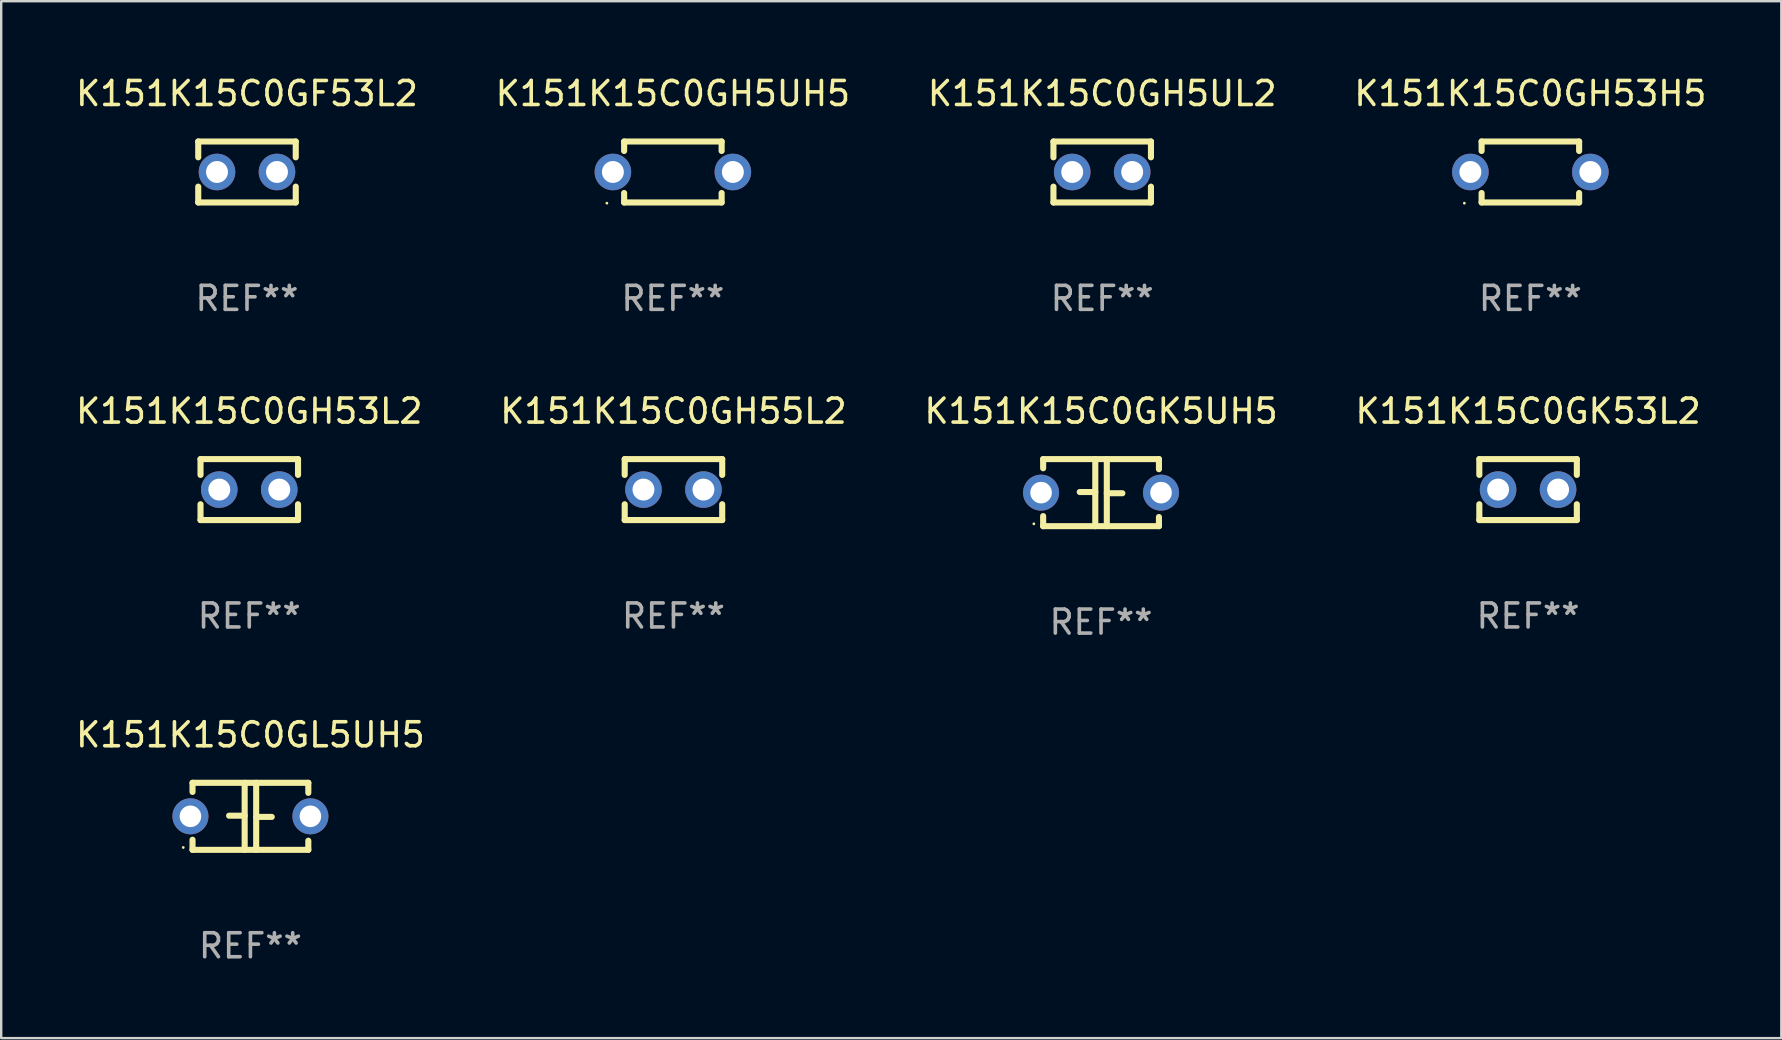
<source format=kicad_pcb>
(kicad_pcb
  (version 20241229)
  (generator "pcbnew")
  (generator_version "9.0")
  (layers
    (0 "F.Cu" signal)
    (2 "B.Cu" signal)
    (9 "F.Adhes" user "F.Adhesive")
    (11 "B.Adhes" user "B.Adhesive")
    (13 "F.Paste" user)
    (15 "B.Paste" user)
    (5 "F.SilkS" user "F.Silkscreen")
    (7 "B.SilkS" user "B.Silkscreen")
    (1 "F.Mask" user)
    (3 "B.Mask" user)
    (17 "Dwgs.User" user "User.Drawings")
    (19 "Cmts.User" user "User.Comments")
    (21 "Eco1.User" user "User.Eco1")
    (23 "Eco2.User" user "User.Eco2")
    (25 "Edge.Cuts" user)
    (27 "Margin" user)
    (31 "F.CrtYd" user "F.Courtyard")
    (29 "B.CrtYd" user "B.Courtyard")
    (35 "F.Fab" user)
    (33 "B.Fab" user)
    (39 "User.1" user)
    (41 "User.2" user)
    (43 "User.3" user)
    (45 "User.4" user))
  (footprint "K151K15C0GH53H5"
    (layer "F.Cu")
    (at 60.732 4.118)
    (property "Reference" "K151K15C0GH53H5" (at 0 -3.27 0) (layer "F.SilkS") (effects (font (size 1 1) (thickness 0.15))))
    (attr through_hole)
    (fp_line (start -2.032 -1.27) (end -2.032 -0.876) (stroke (width 0.254) (type solid)) (layer "F.SilkS"))
    (fp_line (start -2.032 0.876) (end -2.032 1.27) (stroke (width 0.254) (type solid)) (layer "F.SilkS"))
    (fp_line (start -2.032 1.27) (end 2.032 1.27) (stroke (width 0.254) (type solid)) (layer "F.SilkS"))
    (fp_line (start 2.032 -1.27) (end -2.032 -1.27) (stroke (width 0.254) (type solid)) (layer "F.SilkS"))
    (fp_line (start 2.032 -0.876) (end 2.032 -1.27) (stroke (width 0.254) (type solid)) (layer "F.SilkS"))
    (fp_line (start 2.032 1.27) (end 2.032 0.876) (stroke (width 0.254) (type solid)) (layer "F.SilkS"))
    (fp_circle (center -2.751 1.3) (end -2.721 1.3) (stroke (width 0.06) (type solid)) (fill no) (layer "F.SilkS"))
    (fp_text user "REF**" (at 0 5.27 0) (layer "F.Fab") (effects (font (size 1 1) (thickness 0.15))))
    (pad "1" thru_hole circle (at -2.5 0) (size 1.524 1.524) (drill 0.914) (layers "*.Cu" "*.Mask"))
    (pad "2" thru_hole circle (at 2.5 0) (size 1.524 1.524) (drill 0.914) (layers "*.Cu" "*.Mask")))
  (footprint "K151K15C0GF53L2"
    (layer "F.Cu")
    (at 7.244 4.118)
    (property "Reference" "K151K15C0GF53L2" (at 0 -3.27 0) (layer "F.SilkS") (effects (font (size 1 1) (thickness 0.15))))
    (attr through_hole)
    (fp_line (start -2.032 -1.27) (end -2.032 -0.611) (stroke (width 0.254) (type solid)) (layer "F.SilkS"))
    (fp_line (start -2.032 0.611) (end -2.032 1.27) (stroke (width 0.254) (type solid)) (layer "F.SilkS"))
    (fp_line (start -2.032 1.27) (end 2.032 1.27) (stroke (width 0.254) (type solid)) (layer "F.SilkS"))
    (fp_line (start 2.032 -1.27) (end -2.032 -1.27) (stroke (width 0.254) (type solid)) (layer "F.SilkS"))
    (fp_line (start 2.032 -0.611) (end 2.032 -1.27) (stroke (width 0.254) (type solid)) (layer "F.SilkS"))
    (fp_line (start 2.032 1.27) (end 2.032 0.611) (stroke (width 0.254) (type solid)) (layer "F.SilkS"))
    (fp_circle (center -2 1.3) (end -1.97 1.3) (stroke (width 0.06) (type solid)) (fill no) (layer "F.SilkS"))
    (fp_text user "REF**" (at 0 5.27 0) (layer "F.Fab") (effects (font (size 1 1) (thickness 0.15))))
    (pad "1" thru_hole circle (at -1.25 0) (size 1.524 1.524) (drill 0.914) (layers "*.Cu" "*.Mask"))
    (pad "2" thru_hole circle (at 1.25 0) (size 1.524 1.524) (drill 0.914) (layers "*.Cu" "*.Mask")))
  (footprint "K151K15C0GH5UH5"
    (layer "F.Cu")
    (at 24.994 4.118)
    (property "Reference" "K151K15C0GH5UH5" (at 0 -3.27 0) (layer "F.SilkS") (effects (font (size 1 1) (thickness 0.15))))
    (attr through_hole)
    (fp_line (start -2.032 -1.27) (end -2.032 -0.876) (stroke (width 0.254) (type solid)) (layer "F.SilkS"))
    (fp_line (start -2.032 0.876) (end -2.032 1.27) (stroke (width 0.254) (type solid)) (layer "F.SilkS"))
    (fp_line (start -2.032 1.27) (end 2.032 1.27) (stroke (width 0.254) (type solid)) (layer "F.SilkS"))
    (fp_line (start 2.032 -1.27) (end -2.032 -1.27) (stroke (width 0.254) (type solid)) (layer "F.SilkS"))
    (fp_line (start 2.032 -0.876) (end 2.032 -1.27) (stroke (width 0.254) (type solid)) (layer "F.SilkS"))
    (fp_line (start 2.032 1.27) (end 2.032 0.876) (stroke (width 0.254) (type solid)) (layer "F.SilkS"))
    (fp_circle (center -2.751 1.3) (end -2.721 1.3) (stroke (width 0.06) (type solid)) (fill no) (layer "F.SilkS"))
    (fp_text user "REF**" (at 0 5.27 0) (layer "F.Fab") (effects (font (size 1 1) (thickness 0.15))))
    (pad "1" thru_hole circle (at -2.5 0) (size 1.524 1.524) (drill 0.914) (layers "*.Cu" "*.Mask"))
    (pad "2" thru_hole circle (at 2.5 0) (size 1.524 1.524) (drill 0.914) (layers "*.Cu" "*.Mask")))
  (footprint "K151K15C0GK53L2"
    (layer "F.Cu")
    (at 60.637 17.355)
    (property "Reference" "K151K15C0GK53L2" (at 0 -3.27 0) (layer "F.SilkS") (effects (font (size 1 1) (thickness 0.15))))
    (attr through_hole)
    (fp_line (start -2.032 -1.27) (end -2.032 -0.611) (stroke (width 0.254) (type solid)) (layer "F.SilkS"))
    (fp_line (start -2.032 0.611) (end -2.032 1.27) (stroke (width 0.254) (type solid)) (layer "F.SilkS"))
    (fp_line (start -2.032 1.27) (end 2.032 1.27) (stroke (width 0.254) (type solid)) (layer "F.SilkS"))
    (fp_line (start 2.032 -1.27) (end -2.032 -1.27) (stroke (width 0.254) (type solid)) (layer "F.SilkS"))
    (fp_line (start 2.032 -0.611) (end 2.032 -1.27) (stroke (width 0.254) (type solid)) (layer "F.SilkS"))
    (fp_line (start 2.032 1.27) (end 2.032 0.611) (stroke (width 0.254) (type solid)) (layer "F.SilkS"))
    (fp_circle (center -2 1.3) (end -1.97 1.3) (stroke (width 0.06) (type solid)) (fill no) (layer "F.SilkS"))
    (fp_text user "REF**" (at 0 5.27 0) (layer "F.Fab") (effects (font (size 1 1) (thickness 0.15))))
    (pad "1" thru_hole circle (at -1.25 0) (size 1.524 1.524) (drill 0.914) (layers "*.Cu" "*.Mask"))
    (pad "2" thru_hole circle (at 1.25 0) (size 1.524 1.524) (drill 0.914) (layers "*.Cu" "*.Mask")))
  (footprint "K151K15C0GH55L2"
    (layer "F.Cu")
    (at 25.018 17.355)
    (property "Reference" "K151K15C0GH55L2" (at 0 -3.27 0) (layer "F.SilkS") (effects (font (size 1 1) (thickness 0.15))))
    (attr through_hole)
    (fp_line (start -2.032 -1.27) (end -2.032 -0.611) (stroke (width 0.254) (type solid)) (layer "F.SilkS"))
    (fp_line (start -2.032 0.611) (end -2.032 1.27) (stroke (width 0.254) (type solid)) (layer "F.SilkS"))
    (fp_line (start -2.032 1.27) (end 2.032 1.27) (stroke (width 0.254) (type solid)) (layer "F.SilkS"))
    (fp_line (start 2.032 -1.27) (end -2.032 -1.27) (stroke (width 0.254) (type solid)) (layer "F.SilkS"))
    (fp_line (start 2.032 -0.611) (end 2.032 -1.27) (stroke (width 0.254) (type solid)) (layer "F.SilkS"))
    (fp_line (start 2.032 1.27) (end 2.032 0.611) (stroke (width 0.254) (type solid)) (layer "F.SilkS"))
    (fp_circle (center -2 1.3) (end -1.97 1.3) (stroke (width 0.06) (type solid)) (fill no) (layer "F.SilkS"))
    (fp_text user "REF**" (at 0 5.27 0) (layer "F.Fab") (effects (font (size 1 1) (thickness 0.15))))
    (pad "1" thru_hole circle (at -1.25 0) (size 1.524 1.524) (drill 0.914) (layers "*.Cu" "*.Mask"))
    (pad "2" thru_hole circle (at 1.25 0) (size 1.524 1.524) (drill 0.914) (layers "*.Cu" "*.Mask")))
  (footprint "K151K15C0GK5UH5"
    (layer "F.Cu")
    (at 42.839 17.482)
    (property "Reference" "K151K15C0GK5UH5" (at 0 -3.397 0) (layer "F.SilkS") (effects (font (size 1 1) (thickness 0.15))))
    (attr through_hole)
    (fp_line (start -2.413 -1.397) (end 2.413 -1.397) (stroke (width 0.254) (type solid)) (layer "F.SilkS"))
    (fp_line (start -2.413 -1.016) (end -2.413 -1.397) (stroke (width 0.254) (type solid)) (layer "F.SilkS"))
    (fp_line (start -2.413 0.977) (end -2.413 1.397) (stroke (width 0.254) (type solid)) (layer "F.SilkS"))
    (fp_line (start -0.24 -0.025) (end -0.889 -0.025) (stroke (width 0.254) (type solid)) (layer "F.SilkS"))
    (fp_line (start -0.24 1.397) (end -0.24 -1.397) (stroke (width 0.254) (type solid)) (layer "F.SilkS"))
    (fp_line (start 0.24 -1.397) (end 0.24 1.397) (stroke (width 0.254) (type solid)) (layer "F.SilkS"))
    (fp_line (start 0.24 0.025) (end 0.889 0.025) (stroke (width 0.254) (type solid)) (layer "F.SilkS"))
    (fp_line (start 2.413 -0.977) (end 2.413 -1.397) (stroke (width 0.254) (type solid)) (layer "F.SilkS"))
    (fp_line (start 2.413 1.016) (end 2.413 1.397) (stroke (width 0.254) (type solid)) (layer "F.SilkS"))
    (fp_line (start 2.413 1.397) (end -2.413 1.397) (stroke (width 0.254) (type solid)) (layer "F.SilkS"))
    (fp_circle (center -2.8 1.3) (end -2.77 1.3) (stroke (width 0.06) (type solid)) (fill no) (layer "F.SilkS"))
    (fp_text user "REF**" (at 0 5.397 0) (layer "F.Fab") (effects (font (size 1 1) (thickness 0.15))))
    (pad "1" thru_hole circle (at -2.5 0) (size 1.5 1.5) (drill 0.9) (layers "*.Cu" "*.Mask"))
    (pad "2" thru_hole circle (at 2.5 0) (size 1.5 1.5) (drill 0.9) (layers "*.Cu" "*.Mask")))
  (footprint "K151K15C0GH53L2"
    (layer "F.Cu")
    (at 7.339 17.355)
    (property "Reference" "K151K15C0GH53L2" (at 0 -3.27 0) (layer "F.SilkS") (effects (font (size 1 1) (thickness 0.15))))
    (attr through_hole)
    (fp_line (start -2.032 -1.27) (end -2.032 -0.611) (stroke (width 0.254) (type solid)) (layer "F.SilkS"))
    (fp_line (start -2.032 0.611) (end -2.032 1.27) (stroke (width 0.254) (type solid)) (layer "F.SilkS"))
    (fp_line (start -2.032 1.27) (end 2.032 1.27) (stroke (width 0.254) (type solid)) (layer "F.SilkS"))
    (fp_line (start 2.032 -1.27) (end -2.032 -1.27) (stroke (width 0.254) (type solid)) (layer "F.SilkS"))
    (fp_line (start 2.032 -0.611) (end 2.032 -1.27) (stroke (width 0.254) (type solid)) (layer "F.SilkS"))
    (fp_line (start 2.032 1.27) (end 2.032 0.611) (stroke (width 0.254) (type solid)) (layer "F.SilkS"))
    (fp_circle (center -2 1.3) (end -1.97 1.3) (stroke (width 0.06) (type solid)) (fill no) (layer "F.SilkS"))
    (fp_text user "REF**" (at 0 5.27 0) (layer "F.Fab") (effects (font (size 1 1) (thickness 0.15))))
    (pad "1" thru_hole circle (at -1.25 0) (size 1.524 1.524) (drill 0.914) (layers "*.Cu" "*.Mask"))
    (pad "2" thru_hole circle (at 1.25 0) (size 1.524 1.524) (drill 0.914) (layers "*.Cu" "*.Mask")))
  (footprint "K151K15C0GH5UL2"
    (layer "F.Cu")
    (at 42.887 4.118)
    (property "Reference" "K151K15C0GH5UL2" (at 0 -3.27 0) (layer "F.SilkS") (effects (font (size 1 1) (thickness 0.15))))
    (attr through_hole)
    (fp_line (start -2.032 -1.27) (end -2.032 -0.611) (stroke (width 0.254) (type solid)) (layer "F.SilkS"))
    (fp_line (start -2.032 0.611) (end -2.032 1.27) (stroke (width 0.254) (type solid)) (layer "F.SilkS"))
    (fp_line (start -2.032 1.27) (end 2.032 1.27) (stroke (width 0.254) (type solid)) (layer "F.SilkS"))
    (fp_line (start 2.032 -1.27) (end -2.032 -1.27) (stroke (width 0.254) (type solid)) (layer "F.SilkS"))
    (fp_line (start 2.032 -0.611) (end 2.032 -1.27) (stroke (width 0.254) (type solid)) (layer "F.SilkS"))
    (fp_line (start 2.032 1.27) (end 2.032 0.611) (stroke (width 0.254) (type solid)) (layer "F.SilkS"))
    (fp_circle (center -2 1.3) (end -1.97 1.3) (stroke (width 0.06) (type solid)) (fill no) (layer "F.SilkS"))
    (fp_text user "REF**" (at 0 5.27 0) (layer "F.Fab") (effects (font (size 1 1) (thickness 0.15))))
    (pad "1" thru_hole circle (at -1.25 0) (size 1.524 1.524) (drill 0.914) (layers "*.Cu" "*.Mask"))
    (pad "2" thru_hole circle (at 1.25 0) (size 1.524 1.524) (drill 0.914) (layers "*.Cu" "*.Mask")))
  (footprint "K151K15C0GL5UH5"
    (layer "F.Cu")
    (at 7.387 30.972)
    (property "Reference" "K151K15C0GL5UH5" (at 0 -3.397 0) (layer "F.SilkS") (effects (font (size 1 1) (thickness 0.15))))
    (attr through_hole)
    (fp_line (start -2.413 -1.397) (end 2.413 -1.397) (stroke (width 0.254) (type solid)) (layer "F.SilkS"))
    (fp_line (start -2.413 -1.016) (end -2.413 -1.397) (stroke (width 0.254) (type solid)) (layer "F.SilkS"))
    (fp_line (start -2.413 0.977) (end -2.413 1.397) (stroke (width 0.254) (type solid)) (layer "F.SilkS"))
    (fp_line (start -0.24 -0.025) (end -0.889 -0.025) (stroke (width 0.254) (type solid)) (layer "F.SilkS"))
    (fp_line (start -0.24 1.397) (end -0.24 -1.397) (stroke (width 0.254) (type solid)) (layer "F.SilkS"))
    (fp_line (start 0.24 -1.397) (end 0.24 1.397) (stroke (width 0.254) (type solid)) (layer "F.SilkS"))
    (fp_line (start 0.24 0.025) (end 0.889 0.025) (stroke (width 0.254) (type solid)) (layer "F.SilkS"))
    (fp_line (start 2.413 -0.977) (end 2.413 -1.397) (stroke (width 0.254) (type solid)) (layer "F.SilkS"))
    (fp_line (start 2.413 1.016) (end 2.413 1.397) (stroke (width 0.254) (type solid)) (layer "F.SilkS"))
    (fp_line (start 2.413 1.397) (end -2.413 1.397) (stroke (width 0.254) (type solid)) (layer "F.SilkS"))
    (fp_circle (center -2.8 1.3) (end -2.77 1.3) (stroke (width 0.06) (type solid)) (fill no) (layer "F.SilkS"))
    (fp_text user "REF**" (at 0 5.397 0) (layer "F.Fab") (effects (font (size 1 1) (thickness 0.15))))
    (pad "1" thru_hole circle (at -2.5 0) (size 1.5 1.5) (drill 0.9) (layers "*.Cu" "*.Mask"))
    (pad "2" thru_hole circle (at 2.5 0) (size 1.5 1.5) (drill 0.9) (layers "*.Cu" "*.Mask")))
  (gr_rect
    (start -3 -3)
    (end 71.19 40.218)
    (stroke (width 0.1) (type default))
    (fill no)
    (layer "Edge.Cuts")))
</source>
